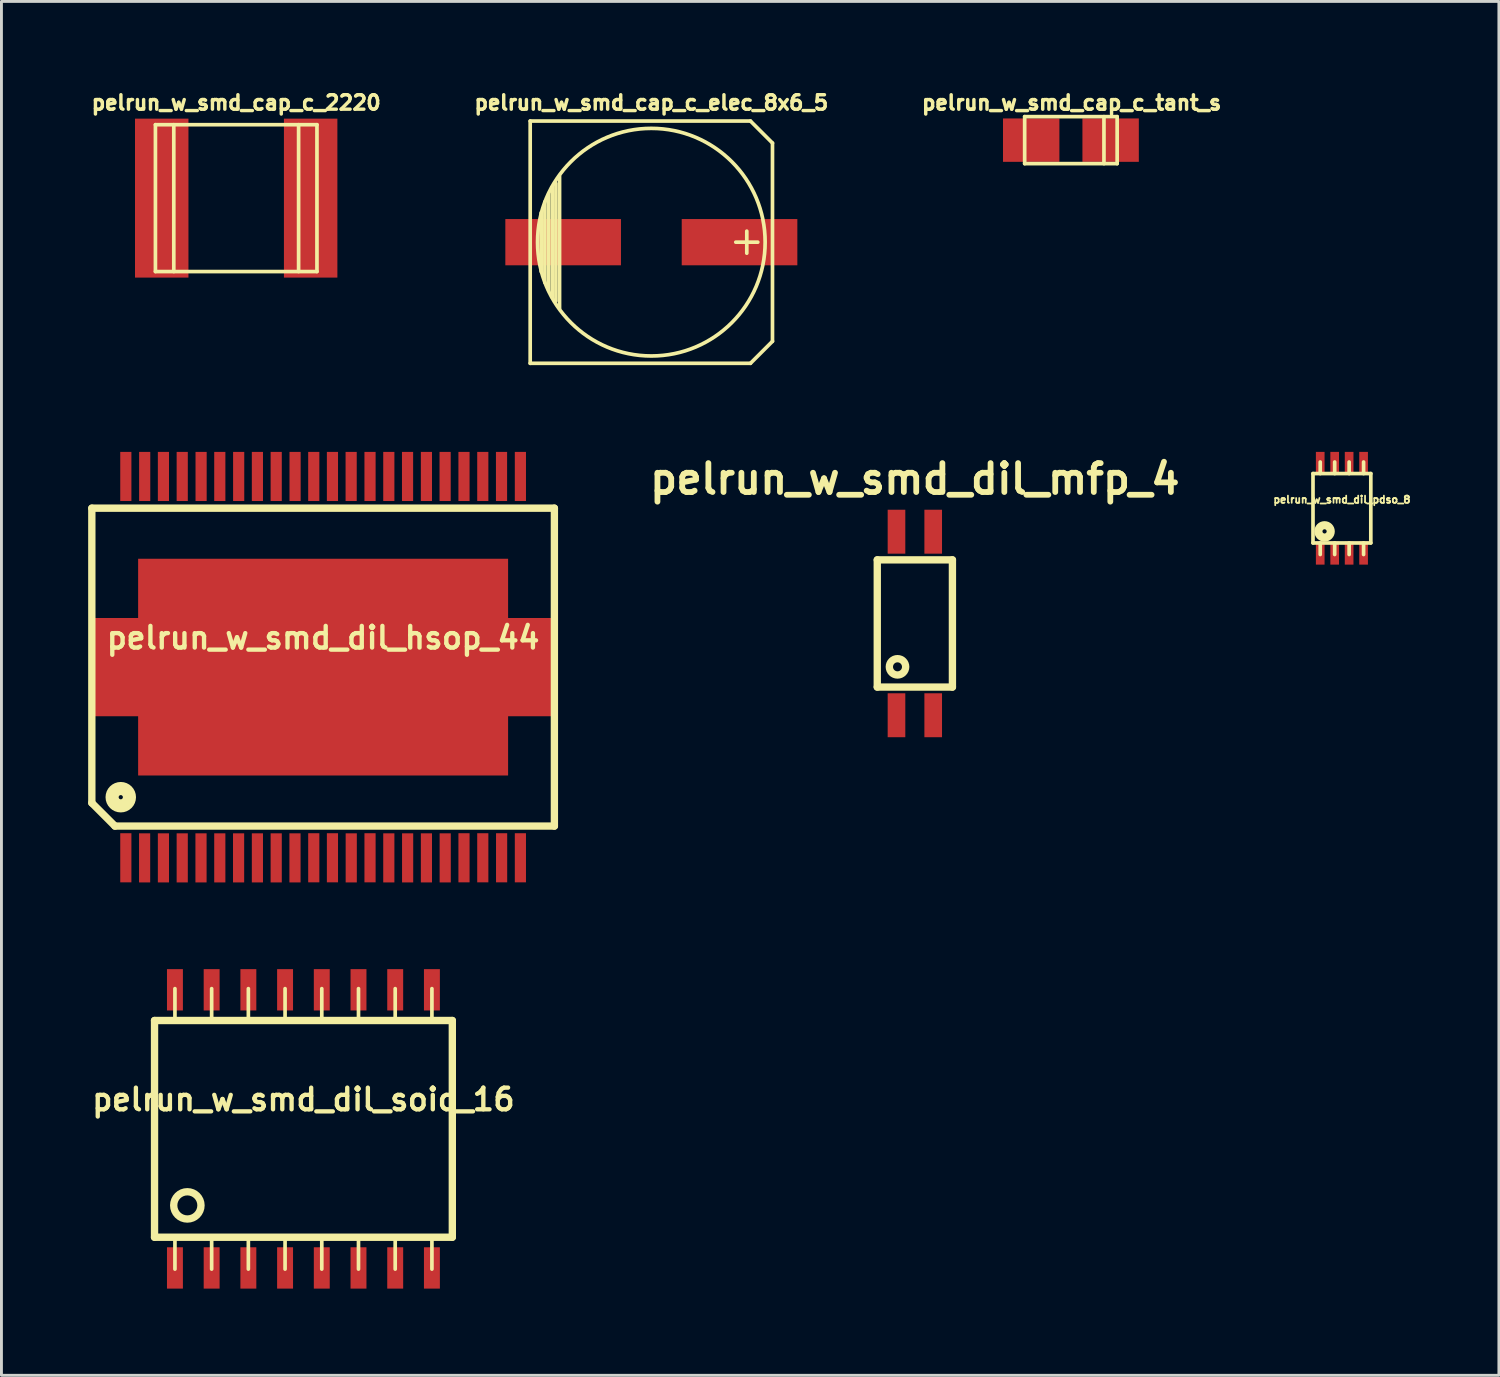
<source format=kicad_pcb>
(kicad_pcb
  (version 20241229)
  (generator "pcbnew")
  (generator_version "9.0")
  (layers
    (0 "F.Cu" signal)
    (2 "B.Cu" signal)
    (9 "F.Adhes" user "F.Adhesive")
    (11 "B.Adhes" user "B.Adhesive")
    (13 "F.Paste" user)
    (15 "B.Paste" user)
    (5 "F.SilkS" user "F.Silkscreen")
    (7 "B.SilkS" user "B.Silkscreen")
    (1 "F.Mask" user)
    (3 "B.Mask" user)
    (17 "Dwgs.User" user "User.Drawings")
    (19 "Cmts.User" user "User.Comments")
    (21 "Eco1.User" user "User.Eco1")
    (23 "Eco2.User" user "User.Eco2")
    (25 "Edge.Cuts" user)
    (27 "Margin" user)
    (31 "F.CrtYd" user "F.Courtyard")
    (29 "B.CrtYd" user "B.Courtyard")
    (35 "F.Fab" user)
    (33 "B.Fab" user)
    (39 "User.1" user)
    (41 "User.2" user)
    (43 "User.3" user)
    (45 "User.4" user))
  (footprint "pelrun_w_smd_dil_hsop_44"
    (layer "F.Cu")
    (at 8.128 20.029)
    (property "Reference" "pelrun_w_smd_dil_hsop_44" (at 0 -1.016 0) (layer "F.SilkS") (effects (font (size 0.749 0.749) (thickness 0.15))))
    (attr through_hole)
    (fp_line (start -8.001 -5.499) (end -8.001 4.699) (stroke (width 0.254) (type solid)) (layer "F.SilkS"))
    (fp_line (start -8.001 -5.499) (end 8.001 -5.499) (stroke (width 0.254) (type solid)) (layer "F.SilkS"))
    (fp_line (start -7.201 5.499) (end -8.001 4.699) (stroke (width 0.254) (type solid)) (layer "F.SilkS"))
    (fp_line (start -7.201 5.499) (end 8.001 5.499) (stroke (width 0.254) (type solid)) (layer "F.SilkS"))
    (fp_line (start 8.001 5.499) (end 8.001 -5.499) (stroke (width 0.254) (type solid)) (layer "F.SilkS"))
    (fp_circle (center -7 4.5) (end -7.4 4.5) (stroke (width 0.254) (type solid)) (fill no) (layer "F.SilkS"))
    (fp_circle (center -7 4.5) (end -7.2 4.5) (stroke (width 0.254) (type solid)) (fill no) (layer "F.SilkS"))
    (fp_circle (center -7 4.5) (end -7.1 4.5) (stroke (width 0.254) (type solid)) (fill no) (layer "F.SilkS"))
    (pad "1" smd rect (at -6.825 6.596) (size 0.386 1.699) (layers "F.Cu" "F.Mask" "F.Paste"))
    (pad "2" smd rect (at -6.175 6.599) (size 0.386 1.699) (layers "F.Cu" "F.Mask" "F.Paste"))
    (pad "3" smd rect (at -5.524 6.599) (size 0.386 1.699) (layers "F.Cu" "F.Mask" "F.Paste"))
    (pad "4" smd rect (at -4.874 6.599) (size 0.386 1.699) (layers "F.Cu" "F.Mask" "F.Paste"))
    (pad "5" smd rect (at -4.224 6.599) (size 0.386 1.699) (layers "F.Cu" "F.Mask" "F.Paste"))
    (pad "6" smd rect (at -3.574 6.599) (size 0.386 1.699) (layers "F.Cu" "F.Mask" "F.Paste"))
    (pad "7" smd rect (at -2.924 6.599) (size 0.386 1.699) (layers "F.Cu" "F.Mask" "F.Paste"))
    (pad "8" smd rect (at -2.273 6.599) (size 0.386 1.699) (layers "F.Cu" "F.Mask" "F.Paste"))
    (pad "9" smd rect (at -1.623 6.599) (size 0.386 1.699) (layers "F.Cu" "F.Mask" "F.Paste"))
    (pad "10" smd rect (at -0.973 6.599) (size 0.386 1.699) (layers "F.Cu" "F.Mask" "F.Paste"))
    (pad "11" smd rect (at -0.323 6.596) (size 0.386 1.699) (layers "F.Cu" "F.Mask" "F.Paste"))
    (pad "12" smd rect (at 0.323 6.596) (size 0.386 1.699) (layers "F.Cu" "F.Mask" "F.Paste"))
    (pad "13" smd rect (at 0.973 6.599) (size 0.386 1.699) (layers "F.Cu" "F.Mask" "F.Paste"))
    (pad "14" smd rect (at 1.623 6.596) (size 0.386 1.699) (layers "F.Cu" "F.Mask" "F.Paste"))
    (pad "15" smd rect (at 2.273 6.599) (size 0.386 1.699) (layers "F.Cu" "F.Mask" "F.Paste"))
    (pad "16" smd rect (at 2.924 6.599) (size 0.386 1.699) (layers "F.Cu" "F.Mask" "F.Paste"))
    (pad "17" smd rect (at 3.574 6.599) (size 0.386 1.699) (layers "F.Cu" "F.Mask" "F.Paste"))
    (pad "18" smd rect (at 4.224 6.599) (size 0.386 1.699) (layers "F.Cu" "F.Mask" "F.Paste"))
    (pad "19" smd rect (at 4.874 6.596) (size 0.386 1.699) (layers "F.Cu" "F.Mask" "F.Paste"))
    (pad "20" smd rect (at 5.524 6.596) (size 0.386 1.699) (layers "F.Cu" "F.Mask" "F.Paste"))
    (pad "21" smd rect (at 6.175 6.596) (size 0.386 1.699) (layers "F.Cu" "F.Mask" "F.Paste"))
    (pad "22" smd rect (at 6.825 6.596) (size 0.386 1.699) (layers "F.Cu" "F.Mask" "F.Paste"))
    (pad "23" smd rect (at 6.825 -6.596) (size 0.386 1.699) (layers "F.Cu" "F.Mask" "F.Paste"))
    (pad "24" smd rect (at 6.172 -6.596) (size 0.386 1.699) (layers "F.Cu" "F.Mask" "F.Paste"))
    (pad "25" smd rect (at 5.524 -6.596) (size 0.386 1.699) (layers "F.Cu" "F.Mask" "F.Paste"))
    (pad "26" smd rect (at 4.874 -6.596) (size 0.386 1.699) (layers "F.Cu" "F.Mask" "F.Paste"))
    (pad "27" smd rect (at 4.221 -6.596) (size 0.386 1.699) (layers "F.Cu" "F.Mask" "F.Paste"))
    (pad "28" smd rect (at 3.574 -6.596) (size 0.386 1.699) (layers "F.Cu" "F.Mask" "F.Paste"))
    (pad "29" smd rect (at 2.921 -6.596) (size 0.386 1.699) (layers "F.Cu" "F.Mask" "F.Paste"))
    (pad "30" smd rect (at 2.273 -6.596) (size 0.386 1.699) (layers "F.Cu" "F.Mask" "F.Paste"))
    (pad "31" smd rect (at 1.623 -6.596) (size 0.386 1.699) (layers "F.Cu" "F.Mask" "F.Paste"))
    (pad "32" smd rect (at 0.97 -6.596) (size 0.386 1.699) (layers "F.Cu" "F.Mask" "F.Paste"))
    (pad "33" smd rect (at 0.323 -6.596) (size 0.386 1.699) (layers "F.Cu" "F.Mask" "F.Paste"))
    (pad "34" smd rect (at -0.323 -6.596) (size 0.386 1.699) (layers "F.Cu" "F.Mask" "F.Paste"))
    (pad "35" smd rect (at -0.97 -6.596) (size 0.386 1.699) (layers "F.Cu" "F.Mask" "F.Paste"))
    (pad "36" smd rect (at -1.623 -6.596) (size 0.386 1.699) (layers "F.Cu" "F.Mask" "F.Paste"))
    (pad "37" smd rect (at -2.273 -6.596) (size 0.386 1.699) (layers "F.Cu" "F.Mask" "F.Paste"))
    (pad "38" smd rect (at -2.921 -6.596) (size 0.386 1.699) (layers "F.Cu" "F.Mask" "F.Paste"))
    (pad "39" smd rect (at -3.574 -6.596) (size 0.386 1.699) (layers "F.Cu" "F.Mask" "F.Paste"))
    (pad "40" smd rect (at -4.221 -6.596) (size 0.386 1.699) (layers "F.Cu" "F.Mask" "F.Paste"))
    (pad "41" smd rect (at -4.874 -6.596) (size 0.386 1.699) (layers "F.Cu" "F.Mask" "F.Paste"))
    (pad "42" smd rect (at -5.524 -6.596) (size 0.386 1.699) (layers "F.Cu" "F.Mask" "F.Paste"))
    (pad "43" smd rect (at -6.172 -6.596) (size 0.386 1.699) (layers "F.Cu" "F.Mask" "F.Paste"))
    (pad "44" smd rect (at -6.825 -6.596) (size 0.386 1.699) (layers "F.Cu" "F.Mask" "F.Paste"))
    (pad "45" smd rect (at 0 0) (size 12.799 7.498) (layers "F.Cu" "F.Mask" "F.Paste"))
    (pad "45" smd rect (at 0 0) (size 16.099 3.399) (layers "F.Cu" "F.Mask" "F.Paste")))
  (footprint "pelrun_w_smd_cap_c_elec_8x6_5"
    (layer "F.Cu")
    (at 19.483 5.328)
    (property "Reference" "pelrun_w_smd_cap_c_elec_8x6_5" (at 0 -4.826 0) (layer "F.SilkS") (effects (font (size 0.5 0.5) (thickness 0.119))))
    (attr through_hole)
    (fp_line (start -4.191 -4.191) (end -4.191 4.191) (stroke (width 0.127) (type solid)) (layer "F.SilkS"))
    (fp_line (start -4.191 4.191) (end 3.429 4.191) (stroke (width 0.127) (type solid)) (layer "F.SilkS"))
    (fp_line (start -3.81 -1.016) (end -3.81 1.016) (stroke (width 0.127) (type solid)) (layer "F.SilkS"))
    (fp_line (start -3.683 1.397) (end -3.683 -1.397) (stroke (width 0.127) (type solid)) (layer "F.SilkS"))
    (fp_line (start -3.556 -1.651) (end -3.556 1.651) (stroke (width 0.127) (type solid)) (layer "F.SilkS"))
    (fp_line (start -3.429 1.905) (end -3.429 -1.905) (stroke (width 0.127) (type solid)) (layer "F.SilkS"))
    (fp_line (start -3.302 2.032) (end -3.302 -2.032) (stroke (width 0.127) (type solid)) (layer "F.SilkS"))
    (fp_line (start -3.175 -2.286) (end -3.175 2.286) (stroke (width 0.127) (type solid)) (layer "F.SilkS"))
    (fp_line (start 3.302 -0.381) (end 3.302 0.381) (stroke (width 0.127) (type solid)) (layer "F.SilkS"))
    (fp_line (start 3.429 -4.191) (end -4.191 -4.191) (stroke (width 0.127) (type solid)) (layer "F.SilkS"))
    (fp_line (start 3.429 4.191) (end 4.191 3.429) (stroke (width 0.127) (type solid)) (layer "F.SilkS"))
    (fp_line (start 3.683 0) (end 2.921 0) (stroke (width 0.127) (type solid)) (layer "F.SilkS"))
    (fp_line (start 4.191 -3.429) (end 3.429 -4.191) (stroke (width 0.127) (type solid)) (layer "F.SilkS"))
    (fp_line (start 4.191 3.429) (end 4.191 -3.429) (stroke (width 0.127) (type solid)) (layer "F.SilkS"))
    (fp_circle (center 0 0) (end 3.937 0) (stroke (width 0.127) (type solid)) (fill no) (layer "F.SilkS"))
    (pad "1" smd rect (at 3.051 0) (size 4 1.6) (layers "F.Cu" "F.Mask" "F.Paste"))
    (pad "2" smd rect (at -3.051 0) (size 4 1.6) (layers "F.Cu" "F.Mask" "F.Paste")))
  (footprint "pelrun_w_smd_dil_soic_16"
    (layer "F.Cu")
    (at 7.447 36.003)
    (property "Reference" "pelrun_w_smd_dil_soic_16" (at 0 -1.016 0) (layer "F.SilkS") (effects (font (size 0.749 0.749) (thickness 0.15))))
    (attr through_hole)
    (fp_line (start -5.151 -3.749) (end -5.151 3.749) (stroke (width 0.254) (type solid)) (layer "F.SilkS"))
    (fp_line (start -5.151 3.749) (end 5.151 3.749) (stroke (width 0.254) (type solid)) (layer "F.SilkS"))
    (fp_line (start -4.445 -3.759) (end -4.445 -4.851) (stroke (width 0.127) (type solid)) (layer "F.SilkS"))
    (fp_line (start -4.445 3.759) (end -4.445 4.851) (stroke (width 0.127) (type solid)) (layer "F.SilkS"))
    (fp_line (start -3.175 -3.759) (end -3.175 -4.851) (stroke (width 0.127) (type solid)) (layer "F.SilkS"))
    (fp_line (start -3.175 4.851) (end -3.175 3.759) (stroke (width 0.127) (type solid)) (layer "F.SilkS"))
    (fp_line (start -1.905 -4.851) (end -1.905 -3.759) (stroke (width 0.127) (type solid)) (layer "F.SilkS"))
    (fp_line (start -1.905 4.851) (end -1.905 3.759) (stroke (width 0.127) (type solid)) (layer "F.SilkS"))
    (fp_line (start -0.635 -4.851) (end -0.635 -3.759) (stroke (width 0.127) (type solid)) (layer "F.SilkS"))
    (fp_line (start -0.635 4.851) (end -0.635 3.759) (stroke (width 0.127) (type solid)) (layer "F.SilkS"))
    (fp_line (start 0.635 -4.851) (end 0.635 -3.759) (stroke (width 0.127) (type solid)) (layer "F.SilkS"))
    (fp_line (start 0.635 4.851) (end 0.635 3.759) (stroke (width 0.127) (type solid)) (layer "F.SilkS"))
    (fp_line (start 1.905 -3.759) (end 1.905 -4.851) (stroke (width 0.127) (type solid)) (layer "F.SilkS"))
    (fp_line (start 1.905 3.759) (end 1.905 4.851) (stroke (width 0.127) (type solid)) (layer "F.SilkS"))
    (fp_line (start 3.175 -3.759) (end 3.175 -4.851) (stroke (width 0.127) (type solid)) (layer "F.SilkS"))
    (fp_line (start 3.175 3.759) (end 3.175 4.851) (stroke (width 0.127) (type solid)) (layer "F.SilkS"))
    (fp_line (start 4.445 -3.759) (end 4.445 -4.851) (stroke (width 0.127) (type solid)) (layer "F.SilkS"))
    (fp_line (start 4.445 3.759) (end 4.445 4.851) (stroke (width 0.127) (type solid)) (layer "F.SilkS"))
    (fp_line (start 5.151 -3.749) (end -5.151 -3.749) (stroke (width 0.254) (type solid)) (layer "F.SilkS"))
    (fp_line (start 5.151 3.749) (end 5.151 -3.749) (stroke (width 0.254) (type solid)) (layer "F.SilkS"))
    (fp_circle (center -4.016 2.647) (end -4.295 3.028) (stroke (width 0.254) (type solid)) (fill no) (layer "F.SilkS"))
    (pad "1" smd rect (at -4.445 4.811) (size 0.551 1.43) (layers "F.Cu" "F.Mask" "F.Paste"))
    (pad "2" smd rect (at -3.175 4.811) (size 0.551 1.43) (layers "F.Cu" "F.Mask" "F.Paste"))
    (pad "3" smd rect (at -1.905 4.811) (size 0.551 1.43) (layers "F.Cu" "F.Mask" "F.Paste"))
    (pad "4" smd rect (at -0.635 4.811) (size 0.551 1.43) (layers "F.Cu" "F.Mask" "F.Paste"))
    (pad "5" smd rect (at 0.635 4.811) (size 0.551 1.43) (layers "F.Cu" "F.Mask" "F.Paste"))
    (pad "6" smd rect (at 1.905 4.811) (size 0.551 1.43) (layers "F.Cu" "F.Mask" "F.Paste"))
    (pad "7" smd rect (at 3.175 4.811) (size 0.551 1.43) (layers "F.Cu" "F.Mask" "F.Paste"))
    (pad "8" smd rect (at 4.445 4.811) (size 0.551 1.43) (layers "F.Cu" "F.Mask" "F.Paste"))
    (pad "9" smd rect (at 4.445 -4.811) (size 0.551 1.43) (layers "F.Cu" "F.Mask" "F.Paste"))
    (pad "10" smd rect (at 3.175 -4.811) (size 0.551 1.43) (layers "F.Cu" "F.Mask" "F.Paste"))
    (pad "11" smd rect (at 1.905 -4.811) (size 0.551 1.43) (layers "F.Cu" "F.Mask" "F.Paste"))
    (pad "12" smd rect (at 0.635 -4.811) (size 0.551 1.43) (layers "F.Cu" "F.Mask" "F.Paste"))
    (pad "13" smd rect (at -0.635 -4.811) (size 0.551 1.43) (layers "F.Cu" "F.Mask" "F.Paste"))
    (pad "14" smd rect (at -1.905 -4.811) (size 0.551 1.43) (layers "F.Cu" "F.Mask" "F.Paste"))
    (pad "15" smd rect (at -3.175 -4.811) (size 0.551 1.43) (layers "F.Cu" "F.Mask" "F.Paste"))
    (pad "16" smd rect (at -4.445 -4.811) (size 0.551 1.43) (layers "F.Cu" "F.Mask" "F.Paste")))
  (footprint "pelrun_w_smd_cap_c_tant_s"
    (layer "F.Cu")
    (at 33.998 1.798)
    (property "Reference" "pelrun_w_smd_cap_c_tant_s" (at 0.025 -1.295 0) (layer "F.SilkS") (effects (font (size 0.5 0.5) (thickness 0.119))))
    (attr through_hole)
    (fp_line (start -1.6 -0.813) (end -1.6 0.813) (stroke (width 0.127) (type solid)) (layer "F.SilkS"))
    (fp_line (start -1.6 0.813) (end 1.6 0.813) (stroke (width 0.127) (type solid)) (layer "F.SilkS"))
    (fp_line (start 1.143 0.813) (end 1.143 -0.813) (stroke (width 0.127) (type solid)) (layer "F.SilkS"))
    (fp_line (start 1.6 -0.813) (end -1.6 -0.813) (stroke (width 0.127) (type solid)) (layer "F.SilkS"))
    (fp_line (start 1.6 0.813) (end 1.6 -0.813) (stroke (width 0.127) (type solid)) (layer "F.SilkS"))
    (pad "1" smd rect (at -1.374 0) (size 1.951 1.501) (layers "F.Cu" "F.Mask" "F.Paste"))
    (pad "2" smd rect (at 1.374 0) (size 1.951 1.501) (layers "F.Cu" "F.Mask" "F.Paste")))
  (footprint "pelrun_w_smd_dil_pdso_8"
    (layer "F.Cu")
    (at 43.373 14.533)
    (property "Reference" "pelrun_w_smd_dil_pdso_8" (at 0 -0.3 0) (layer "F.SilkS") (effects (font (size 0.249 0.249) (thickness 0.061))))
    (attr through_hole)
    (fp_line (start -1 -1.2) (end 1 -1.2) (stroke (width 0.127) (type solid)) (layer "F.SilkS"))
    (fp_line (start -1 1.2) (end -1 -1.2) (stroke (width 0.127) (type solid)) (layer "F.SilkS"))
    (fp_line (start -0.75 -1.6) (end -0.75 -1.2) (stroke (width 0.127) (type solid)) (layer "F.SilkS"))
    (fp_line (start -0.75 1.2) (end -0.75 1.6) (stroke (width 0.127) (type solid)) (layer "F.SilkS"))
    (fp_line (start -0.25 -1.6) (end -0.25 -1.2) (stroke (width 0.127) (type solid)) (layer "F.SilkS"))
    (fp_line (start -0.25 1.2) (end -0.25 1.6) (stroke (width 0.127) (type solid)) (layer "F.SilkS"))
    (fp_line (start 0.25 -1.6) (end 0.25 -1.2) (stroke (width 0.127) (type solid)) (layer "F.SilkS"))
    (fp_line (start 0.25 1.2) (end 0.25 1.6) (stroke (width 0.127) (type solid)) (layer "F.SilkS"))
    (fp_line (start 0.75 -1.6) (end 0.75 -1.2) (stroke (width 0.127) (type solid)) (layer "F.SilkS"))
    (fp_line (start 0.75 1.2) (end 0.75 1.6) (stroke (width 0.127) (type solid)) (layer "F.SilkS"))
    (fp_line (start 1 -1.2) (end 1 1.2) (stroke (width 0.127) (type solid)) (layer "F.SilkS"))
    (fp_line (start 1 1.2) (end -1 1.2) (stroke (width 0.127) (type solid)) (layer "F.SilkS"))
    (fp_circle (center -0.6 0.8) (end -0.8 0.8) (stroke (width 0.254) (type solid)) (fill no) (layer "F.SilkS"))
    (fp_circle (center -0.6 0.8) (end -0.7 0.8) (stroke (width 0.254) (type solid)) (fill no) (layer "F.SilkS"))
    (pad "1" smd rect (at -0.75 1.55) (size 0.3 0.8) (layers "F.Cu" "F.Mask" "F.Paste"))
    (pad "2" smd rect (at -0.25 1.55) (size 0.3 0.8) (layers "F.Cu" "F.Mask" "F.Paste"))
    (pad "3" smd rect (at 0.25 1.55) (size 0.3 0.8) (layers "F.Cu" "F.Mask" "F.Paste"))
    (pad "4" smd rect (at 0.75 1.55) (size 0.3 0.8) (layers "F.Cu" "F.Mask" "F.Paste"))
    (pad "5" smd rect (at 0.75 -1.55) (size 0.3 0.8) (layers "F.Cu" "F.Mask" "F.Paste"))
    (pad "6" smd rect (at 0.25 -1.55) (size 0.3 0.8) (layers "F.Cu" "F.Mask" "F.Paste"))
    (pad "7" smd rect (at -0.25 -1.55) (size 0.3 0.8) (layers "F.Cu" "F.Mask" "F.Paste"))
    (pad "8" smd rect (at -0.75 -1.55) (size 0.3 0.8) (layers "F.Cu" "F.Mask" "F.Paste")))
  (footprint "pelrun_w_smd_cap_c_2220"
    (layer "F.Cu")
    (at 5.121 3.804)
    (property "Reference" "pelrun_w_smd_cap_c_2220" (at 0 -3.302 0) (layer "F.SilkS") (effects (font (size 0.5 0.5) (thickness 0.119))))
    (attr through_hole)
    (fp_line (start -2.794 -2.54) (end 2.794 -2.54) (stroke (width 0.127) (type solid)) (layer "F.SilkS"))
    (fp_line (start -2.794 2.54) (end -2.794 -2.54) (stroke (width 0.127) (type solid)) (layer "F.SilkS"))
    (fp_line (start -2.159 -2.54) (end -2.159 2.54) (stroke (width 0.127) (type solid)) (layer "F.SilkS"))
    (fp_line (start 2.159 -2.54) (end 2.159 2.54) (stroke (width 0.127) (type solid)) (layer "F.SilkS"))
    (fp_line (start 2.794 -2.54) (end 2.794 2.54) (stroke (width 0.127) (type solid)) (layer "F.SilkS"))
    (fp_line (start 2.794 2.54) (end -2.794 2.54) (stroke (width 0.127) (type solid)) (layer "F.SilkS"))
    (pad "1" smd rect (at 2.576 0) (size 1.849 5.499) (layers "F.Cu" "F.Mask" "F.Paste"))
    (pad "2" smd rect (at -2.576 0) (size 1.849 5.499) (layers "F.Cu" "F.Mask" "F.Paste")))
  (footprint "pelrun_w_smd_dil_mfp_4"
    (layer "F.Cu")
    (at 28.599 18.519)
    (property "Reference" "pelrun_w_smd_dil_mfp_4" (at 0 -5 0) (layer "F.SilkS") (effects (font (size 1 1) (thickness 0.2))))
    (attr through_hole)
    (fp_line (start -1.3 -2.2) (end -1.3 2.2) (stroke (width 0.254) (type solid)) (layer "F.SilkS"))
    (fp_line (start -1.3 2.2) (end 1.3 2.2) (stroke (width 0.254) (type solid)) (layer "F.SilkS"))
    (fp_line (start 1.3 -2.2) (end -1.3 -2.2) (stroke (width 0.254) (type solid)) (layer "F.SilkS"))
    (fp_line (start 1.3 2.2) (end 1.3 -2.2) (stroke (width 0.254) (type solid)) (layer "F.SilkS"))
    (fp_circle (center -0.6 1.5) (end -0.8 1.7) (stroke (width 0.254) (type solid)) (fill no) (layer "F.SilkS"))
    (pad "1" smd rect (at -0.635 3.175) (size 0.61 1.52) (layers "F.Cu" "F.Mask" "F.Paste"))
    (pad "2" smd rect (at 0.635 3.175) (size 0.61 1.52) (layers "F.Cu" "F.Mask" "F.Paste"))
    (pad "3" smd rect (at 0.635 -3.175) (size 0.61 1.52) (layers "F.Cu" "F.Mask" "F.Paste"))
    (pad "4" smd rect (at -0.635 -3.175) (size 0.61 1.52) (layers "F.Cu" "F.Mask" "F.Paste")))
  (gr_rect
    (start -3 -3)
    (end 48.804 44.529)
    (stroke (width 0.1) (type default))
    (fill no)
    (layer "Edge.Cuts")))
</source>
